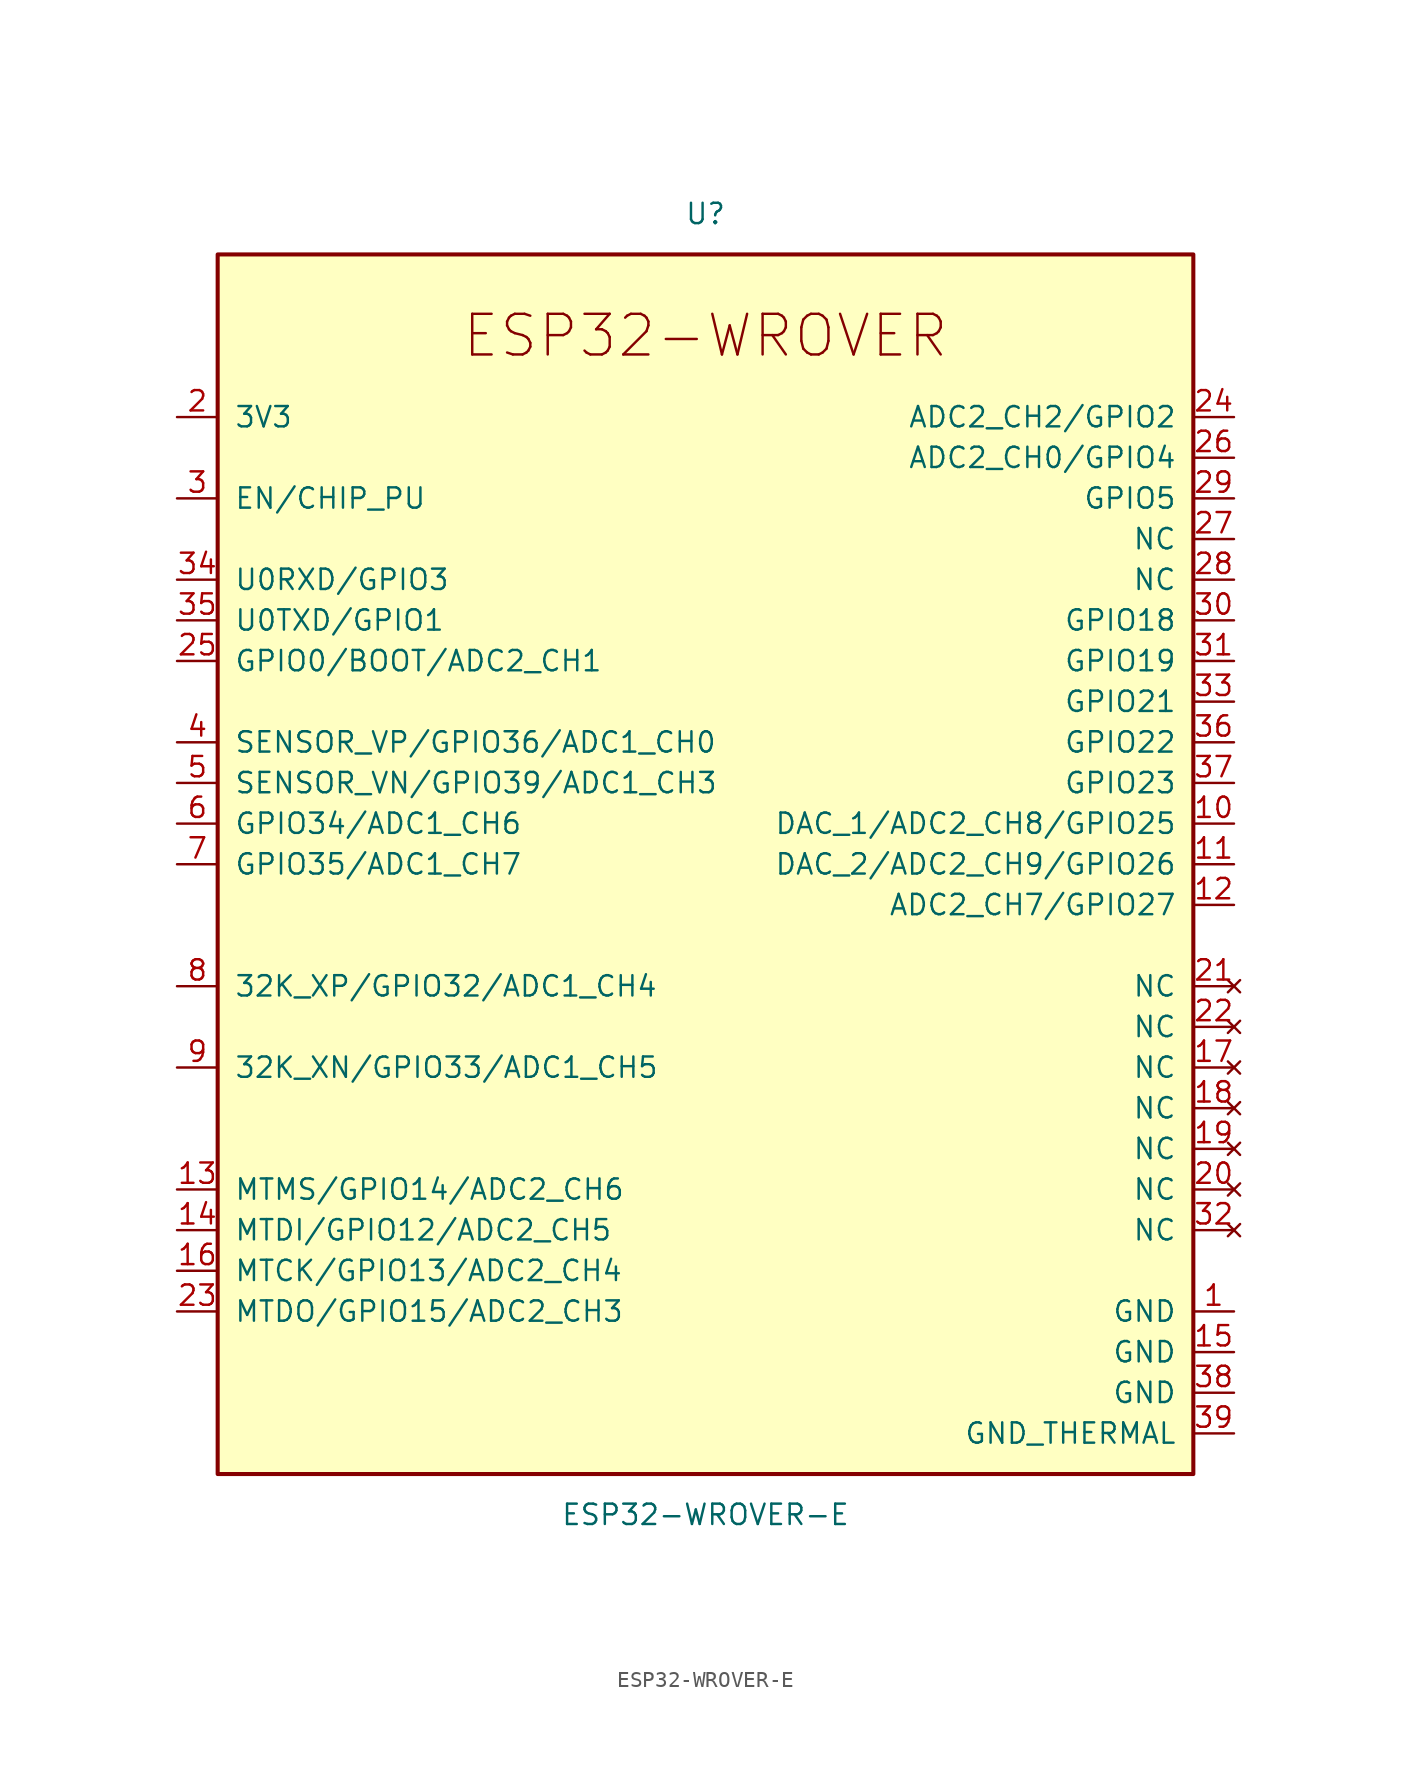
<source format=kicad_sym>
(kicad_symbol_lib
  (version 20211014)
  (generator kicad_symbol_editor)
  (symbol "ESP32-WROVER-E"
    (pin_names
      (offset 1.016))
    (property "Reference" "U"
      (at 0 40.64 0)
      (effects (font (size 1.27 1.27))))
    (property "Value" "ESP32-WROVER-E"
      (at 0 -40.64 0)
      (effects (font (size 1.27 1.27))))
    (symbol "ESP32-WROVER-E_0_1"
      (rectangle (start -30.48 38.1) (end 30.48 -38.1) (stroke (width 0.254) (type default) (color 0 0 0 0)) (fill (type background))))
    (symbol "ESP32-WROVER-E_1_1"
      (text "ESP32-­WROVER" (at 0 33.02 0) (effects (font (size 2.54 2.54))))
      (pin power_in line (at 33.02 -27.94 180) (length 2.54) (name "GND" (effects (font (size 1.27 1.27)))) (number "1" (effects (font (size 1.27 1.27)))))
      (pin bidirectional line (at 33.02 2.54 180) (length 2.54) (name "DAC_1/ADC2_CH8/GPIO25" (effects (font (size 1.27 1.27)))) (number "10" (effects (font (size 1.27 1.27)))))
      (pin bidirectional line (at 33.02 0 180) (length 2.54) (name "DAC_2/ADC2_CH9/GPIO26" (effects (font (size 1.27 1.27)))) (number "11" (effects (font (size 1.27 1.27)))))
      (pin bidirectional line (at 33.02 -2.54 180) (length 2.54) (name "ADC2_CH7/GPIO27" (effects (font (size 1.27 1.27)))) (number "12" (effects (font (size 1.27 1.27)))))
      (pin bidirectional line (at -33.02 -20.32 0) (length 2.54) (name "MTMS/GPIO14/ADC2_CH6" (effects (font (size 1.27 1.27)))) (number "13" (effects (font (size 1.27 1.27)))))
      (pin bidirectional line (at -33.02 -22.86 0) (length 2.54) (name "MTDI/GPIO12/ADC2_CH5" (effects (font (size 1.27 1.27)))) (number "14" (effects (font (size 1.27 1.27)))))
      (pin power_in line (at 33.02 -30.48 180) (length 2.54) (name "GND" (effects (font (size 1.27 1.27)))) (number "15" (effects (font (size 1.27 1.27)))))
      (pin bidirectional line (at -33.02 -25.4 0) (length 2.54) (name "MTCK/GPIO13/ADC2_CH4" (effects (font (size 1.27 1.27)))) (number "16" (effects (font (size 1.27 1.27)))))
      (pin no_connect line (at 33.02 -12.7 180) (length 2.54) (name "NC" (effects (font (size 1.27 1.27)))) (number "17" (effects (font (size 1.27 1.27)))))
      (pin no_connect line (at 33.02 -15.24 180) (length 2.54) (name "NC" (effects (font (size 1.27 1.27)))) (number "18" (effects (font (size 1.27 1.27)))))
      (pin no_connect line (at 33.02 -17.78 180) (length 2.54) (name "NC" (effects (font (size 1.27 1.27)))) (number "19" (effects (font (size 1.27 1.27)))))
      (pin power_in line (at -33.02 27.94 0) (length 2.54) (name "3V3" (effects (font (size 1.27 1.27)))) (number "2" (effects (font (size 1.27 1.27)))))
      (pin no_connect line (at 33.02 -20.32 180) (length 2.54) (name "NC" (effects (font (size 1.27 1.27)))) (number "20" (effects (font (size 1.27 1.27)))))
      (pin no_connect line (at 33.02 -7.62 180) (length 2.54) (name "NC" (effects (font (size 1.27 1.27)))) (number "21" (effects (font (size 1.27 1.27)))))
      (pin no_connect line (at 33.02 -10.16 180) (length 2.54) (name "NC" (effects (font (size 1.27 1.27)))) (number "22" (effects (font (size 1.27 1.27)))))
      (pin bidirectional line (at -33.02 -27.94 0) (length 2.54) (name "MTDO/GPIO15/ADC2_CH3" (effects (font (size 1.27 1.27)))) (number "23" (effects (font (size 1.27 1.27)))))
      (pin bidirectional line (at 33.02 27.94 180) (length 2.54) (name "ADC2_CH2/GPIO2" (effects (font (size 1.27 1.27)))) (number "24" (effects (font (size 1.27 1.27)))))
      (pin bidirectional line (at -33.02 12.7 0) (length 2.54) (name "GPIO0/BOOT/ADC2_CH1" (effects (font (size 1.27 1.27)))) (number "25" (effects (font (size 1.27 1.27)))))
      (pin bidirectional line (at 33.02 25.4 180) (length 2.54) (name "ADC2_CH0/GPIO4" (effects (font (size 1.27 1.27)))) (number "26" (effects (font (size 1.27 1.27)))))
      (pin bidirectional line (at 33.02 20.32 180) (length 2.54) (name "NC" (effects (font (size 1.27 1.27)))) (number "27" (effects (font (size 1.27 1.27)))))
      (pin bidirectional line (at 33.02 17.78 180) (length 2.54) (name "NC" (effects (font (size 1.27 1.27)))) (number "28" (effects (font (size 1.27 1.27)))))
      (pin bidirectional line (at 33.02 22.86 180) (length 2.54) (name "GPIO5" (effects (font (size 1.27 1.27)))) (number "29" (effects (font (size 1.27 1.27)))))
      (pin input line (at -33.02 22.86 0) (length 2.54) (name "EN/CHIP_PU" (effects (font (size 1.27 1.27)))) (number "3" (effects (font (size 1.27 1.27)))))
      (pin bidirectional line (at 33.02 15.24 180) (length 2.54) (name "GPIO18" (effects (font (size 1.27 1.27)))) (number "30" (effects (font (size 1.27 1.27)))))
      (pin bidirectional line (at 33.02 12.7 180) (length 2.54) (name "GPIO19" (effects (font (size 1.27 1.27)))) (number "31" (effects (font (size 1.27 1.27)))))
      (pin no_connect line (at 33.02 -22.86 180) (length 2.54) (name "NC" (effects (font (size 1.27 1.27)))) (number "32" (effects (font (size 1.27 1.27)))))
      (pin bidirectional line (at 33.02 10.16 180) (length 2.54) (name "GPIO21" (effects (font (size 1.27 1.27)))) (number "33" (effects (font (size 1.27 1.27)))))
      (pin bidirectional line (at -33.02 17.78 0) (length 2.54) (name "U0RXD/GPIO3" (effects (font (size 1.27 1.27)))) (number "34" (effects (font (size 1.27 1.27)))))
      (pin bidirectional line (at -33.02 15.24 0) (length 2.54) (name "U0TXD/GPIO1" (effects (font (size 1.27 1.27)))) (number "35" (effects (font (size 1.27 1.27)))))
      (pin bidirectional line (at 33.02 7.62 180) (length 2.54) (name "GPIO22" (effects (font (size 1.27 1.27)))) (number "36" (effects (font (size 1.27 1.27)))))
      (pin bidirectional line (at 33.02 5.08 180) (length 2.54) (name "GPIO23" (effects (font (size 1.27 1.27)))) (number "37" (effects (font (size 1.27 1.27)))))
      (pin power_in line (at 33.02 -33.02 180) (length 2.54) (name "GND" (effects (font (size 1.27 1.27)))) (number "38" (effects (font (size 1.27 1.27)))))
      (pin power_in line (at 33.02 -35.56 180) (length 2.54) (name "GND_THERMAL" (effects (font (size 1.27 1.27)))) (number "39" (effects (font (size 1.27 1.27)))))
      (pin input line (at -33.02 7.62 0) (length 2.54) (name "SENSOR_VP/GPIO36/ADC1_CH0" (effects (font (size 1.27 1.27)))) (number "4" (effects (font (size 1.27 1.27)))))
      (pin input line (at -33.02 5.08 0) (length 2.54) (name "SENSOR_VN/GPIO39/ADC1_CH3" (effects (font (size 1.27 1.27)))) (number "5" (effects (font (size 1.27 1.27)))))
      (pin input line (at -33.02 2.54 0) (length 2.54) (name "GPIO34/ADC1_CH6" (effects (font (size 1.27 1.27)))) (number "6" (effects (font (size 1.27 1.27)))))
      (pin input line (at -33.02 0 0) (length 2.54) (name "GPIO35/ADC1_CH7" (effects (font (size 1.27 1.27)))) (number "7" (effects (font (size 1.27 1.27)))))
      (pin bidirectional line (at -33.02 -7.62 0) (length 2.54) (name "32K_XP/GPIO32/ADC1_CH4" (effects (font (size 1.27 1.27)))) (number "8" (effects (font (size 1.27 1.27)))))
      (pin bidirectional line (at -33.02 -12.7 0) (length 2.54) (name "32K_XN/GPIO33/ADC1_CH5" (effects (font (size 1.27 1.27)))) (number "9" (effects (font (size 1.27 1.27))))))))
</source>
